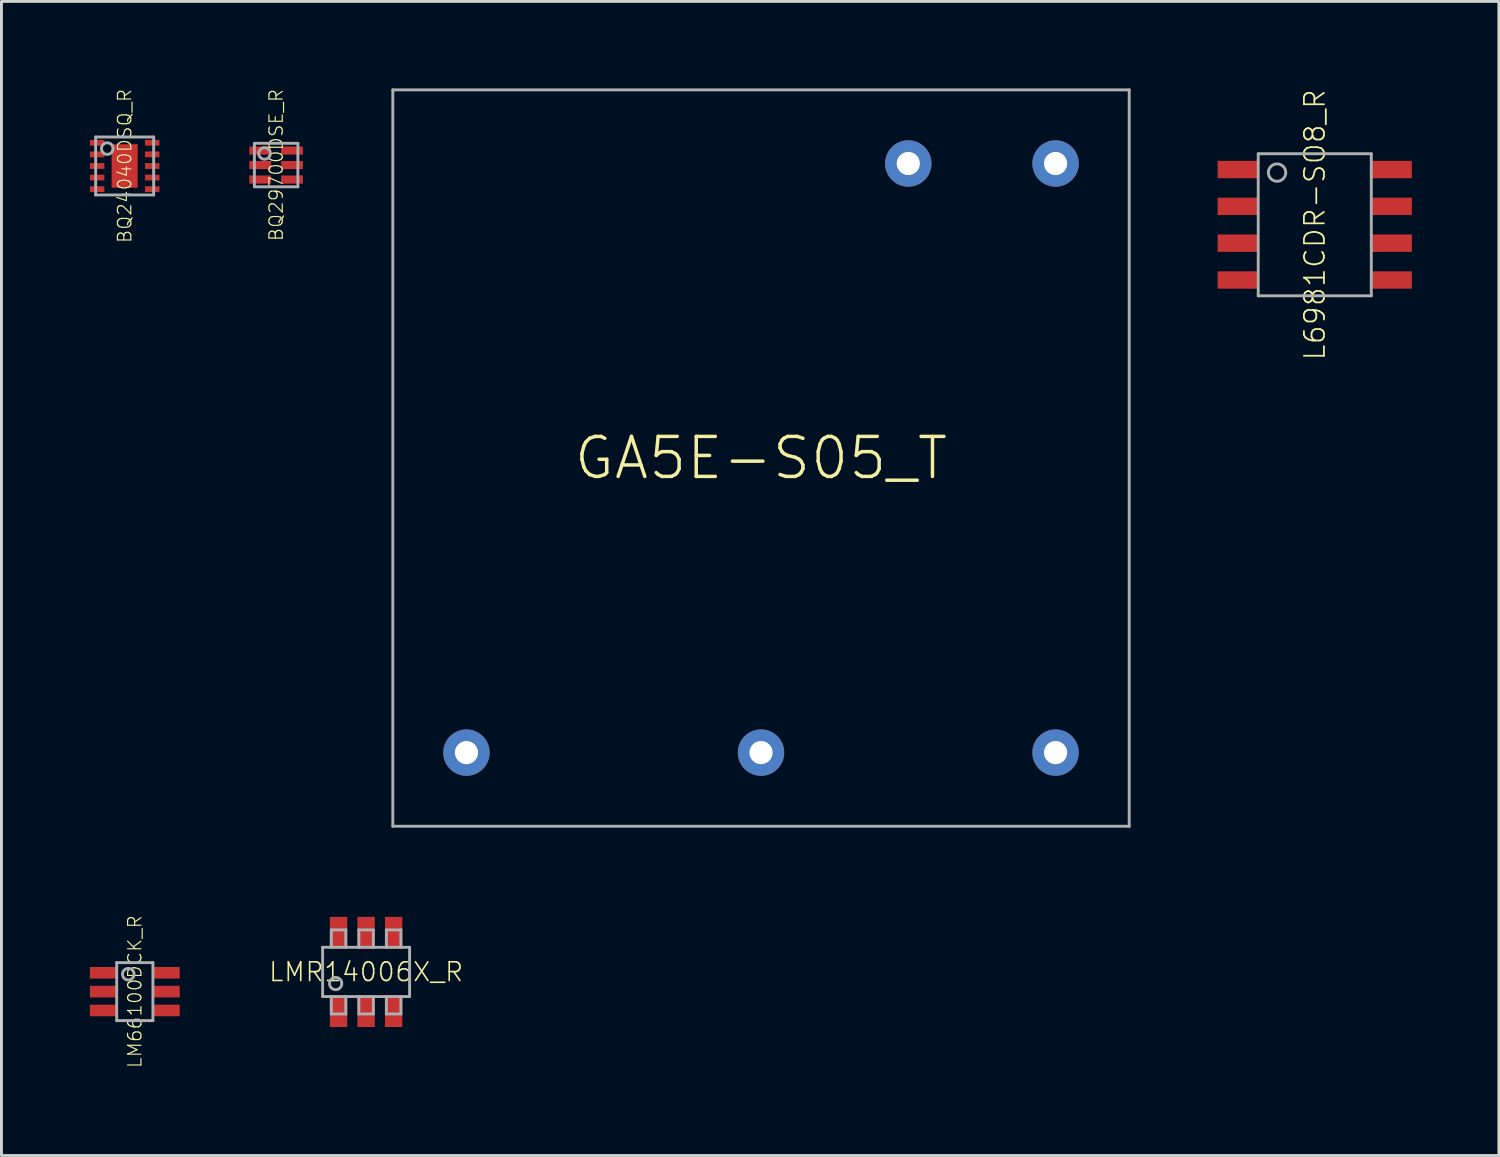
<source format=kicad_pcb>
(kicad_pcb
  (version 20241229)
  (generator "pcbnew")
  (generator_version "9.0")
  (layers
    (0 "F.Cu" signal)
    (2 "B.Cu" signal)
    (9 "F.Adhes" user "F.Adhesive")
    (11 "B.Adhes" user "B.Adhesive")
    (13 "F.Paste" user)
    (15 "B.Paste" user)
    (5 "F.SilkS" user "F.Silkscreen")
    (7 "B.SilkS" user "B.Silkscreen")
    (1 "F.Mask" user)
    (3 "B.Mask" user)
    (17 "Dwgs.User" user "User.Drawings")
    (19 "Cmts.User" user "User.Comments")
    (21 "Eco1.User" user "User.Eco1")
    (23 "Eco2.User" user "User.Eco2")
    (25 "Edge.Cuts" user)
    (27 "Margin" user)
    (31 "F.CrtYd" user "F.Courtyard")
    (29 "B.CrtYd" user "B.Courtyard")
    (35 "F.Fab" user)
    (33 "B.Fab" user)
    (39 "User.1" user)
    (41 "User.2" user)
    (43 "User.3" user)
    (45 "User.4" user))
  (footprint "GA5E-S05_T"
    (layer "F.Cu")
    (at 23.2 12.75)
    (property "Reference" "GA5E-S05_T" (at 0 0 0) (unlocked yes) (layer "F.SilkS") (effects (font (size 1.38 1.38) (thickness 0.12))))
    (fp_line (start -12.7 -12.7) (end -12.7 12.7) (stroke (width 0.1) (type solid)) (layer "F.Fab"))
    (fp_line (start -12.7 12.7) (end 12.7 12.7) (stroke (width 0.1) (type solid)) (layer "F.Fab"))
    (fp_line (start 12.7 -12.7) (end -12.7 -12.7) (stroke (width 0.1) (type solid)) (layer "F.Fab"))
    (fp_line (start 12.7 12.7) (end 12.7 -12.7) (stroke (width 0.1) (type solid)) (layer "F.Fab"))
    (pad "1" thru_hole circle (at 10.16 -10.16) (size 1.6 1.6) (drill 0.8) (layers "*.Cu" "*.Mask"))
    (pad "2" thru_hole circle (at 5.08 -10.16) (size 1.6 1.6) (drill 0.8) (layers "*.Cu" "*.Mask"))
    (pad "3" thru_hole circle (at -10.16 10.16) (size 1.6 1.6) (drill 0.8) (layers "*.Cu" "*.Mask"))
    (pad "4" thru_hole circle (at 0 10.16) (size 1.6 1.6) (drill 0.8) (layers "*.Cu" "*.Mask"))
    (pad "5" thru_hole circle (at 10.16 10.16) (size 1.6 1.6) (drill 0.8) (layers "*.Cu" "*.Mask")))
  (footprint "L6981CDR-SO8_R"
    (layer "F.Cu")
    (at 42.3 4.703)
    (property "Reference" "L6981CDR-SO8_R" (at 0 0 90) (unlocked yes) (layer "F.SilkS") (effects (font (size 0.69 0.69) (thickness 0.06))))
    (fp_line (start -1.95 -2.45) (end -1.95 2.45) (stroke (width 0.1) (type solid)) (layer "F.Fab"))
    (fp_line (start -1.95 2.45) (end 1.95 2.45) (stroke (width 0.1) (type solid)) (layer "F.Fab"))
    (fp_line (start 1.95 -2.45) (end -1.95 -2.45) (stroke (width 0.1) (type solid)) (layer "F.Fab"))
    (fp_line (start 1.95 2.45) (end 1.95 -2.45) (stroke (width 0.1) (type solid)) (layer "F.Fab"))
    (fp_circle (center -1.3 -1.8) (end -1 -1.8) (stroke (width 0.1) (type solid)) (fill no) (layer "F.Fab"))
    (pad "1" smd rect (at -2.65 -1.905) (size 1.4 0.6) (layers "F.Cu" "F.Mask" "F.Paste"))
    (pad "2" smd rect (at -2.65 -0.635) (size 1.4 0.6) (layers "F.Cu" "F.Mask" "F.Paste"))
    (pad "3" smd rect (at -2.65 0.635) (size 1.4 0.6) (layers "F.Cu" "F.Mask" "F.Paste"))
    (pad "4" smd rect (at -2.65 1.905) (size 1.4 0.6) (layers "F.Cu" "F.Mask" "F.Paste"))
    (pad "5" smd rect (at 2.65 1.905 180) (size 1.4 0.6) (layers "F.Cu" "F.Mask" "F.Paste"))
    (pad "6" smd rect (at 2.65 0.635 180) (size 1.4 0.6) (layers "F.Cu" "F.Mask" "F.Paste"))
    (pad "7" smd rect (at 2.65 -0.635 180) (size 1.4 0.6) (layers "F.Cu" "F.Mask" "F.Paste"))
    (pad "8" smd rect (at 2.65 -1.905 180) (size 1.4 0.6) (layers "F.Cu" "F.Mask" "F.Paste")))
  (footprint "LMR14006X_R"
    (layer "F.Cu")
    (at 9.578 30.475)
    (property "Reference" "LMR14006X_R" (at 0 0 0) (unlocked yes) (layer "F.SilkS") (effects (font (size 0.644 0.644) (thickness 0.056))))
    (fp_poly (pts (xy -1.325 -0.725) (xy -0.575 -0.725) (xy -0.575 -1.975) (xy -1.325 -1.975)) (stroke (width 0) (type default)) (fill yes) (layer "F.Mask"))
    (fp_poly (pts (xy -1.325 1.975) (xy -0.575 1.975) (xy -0.575 0.725) (xy -1.325 0.725)) (stroke (width 0) (type default)) (fill yes) (layer "F.Mask"))
    (fp_poly (pts (xy -0.375 -0.725) (xy 0.375 -0.725) (xy 0.375 -1.975) (xy -0.375 -1.975)) (stroke (width 0) (type default)) (fill yes) (layer "F.Mask"))
    (fp_poly (pts (xy -0.375 1.975) (xy 0.375 1.975) (xy 0.375 0.725) (xy -0.375 0.725)) (stroke (width 0) (type default)) (fill yes) (layer "F.Mask"))
    (fp_poly (pts (xy 0.575 -0.725) (xy 1.325 -0.725) (xy 1.325 -1.975) (xy 0.575 -1.975)) (stroke (width 0) (type default)) (fill yes) (layer "F.Mask"))
    (fp_poly (pts (xy 0.575 1.975) (xy 1.325 1.975) (xy 1.325 0.725) (xy 0.575 0.725)) (stroke (width 0) (type default)) (fill yes) (layer "F.Mask"))
    (fp_line (start -1.5 -0.85) (end -1.5 0.85) (stroke (width 0.1) (type solid)) (layer "F.Fab"))
    (fp_line (start -1.5 0.85) (end -1.2 0.85) (stroke (width 0.1) (type solid)) (layer "F.Fab"))
    (fp_line (start -1.2 -1.45) (end -0.7 -1.45) (stroke (width 0.1) (type solid)) (layer "F.Fab"))
    (fp_line (start -1.2 -0.85) (end -1.5 -0.85) (stroke (width 0.1) (type solid)) (layer "F.Fab"))
    (fp_line (start -1.2 -0.85) (end -1.2 -1.45) (stroke (width 0.1) (type solid)) (layer "F.Fab"))
    (fp_line (start -1.2 0.85) (end -1.2 1.45) (stroke (width 0.1) (type solid)) (layer "F.Fab"))
    (fp_line (start -1.2 0.85) (end -0.7 0.85) (stroke (width 0.1) (type solid)) (layer "F.Fab"))
    (fp_line (start -1.2 1.45) (end -0.7 1.45) (stroke (width 0.1) (type solid)) (layer "F.Fab"))
    (fp_line (start -0.7 -1.45) (end -0.7 -0.85) (stroke (width 0.1) (type solid)) (layer "F.Fab"))
    (fp_line (start -0.7 -0.85) (end -1.2 -0.85) (stroke (width 0.1) (type solid)) (layer "F.Fab"))
    (fp_line (start -0.7 0.85) (end -0.25 0.85) (stroke (width 0.1) (type solid)) (layer "F.Fab"))
    (fp_line (start -0.7 1.45) (end -0.7 0.85) (stroke (width 0.1) (type solid)) (layer "F.Fab"))
    (fp_line (start -0.25 -1.45) (end 0.25 -1.45) (stroke (width 0.1) (type solid)) (layer "F.Fab"))
    (fp_line (start -0.25 -0.85) (end -0.7 -0.85) (stroke (width 0.1) (type solid)) (layer "F.Fab"))
    (fp_line (start -0.25 -0.85) (end -0.25 -1.45) (stroke (width 0.1) (type solid)) (layer "F.Fab"))
    (fp_line (start -0.25 0.85) (end -0.25 1.45) (stroke (width 0.1) (type solid)) (layer "F.Fab"))
    (fp_line (start -0.25 0.85) (end 0.25 0.85) (stroke (width 0.1) (type solid)) (layer "F.Fab"))
    (fp_line (start -0.25 1.45) (end 0.25 1.45) (stroke (width 0.1) (type solid)) (layer "F.Fab"))
    (fp_line (start 0.25 -1.45) (end 0.25 -0.85) (stroke (width 0.1) (type solid)) (layer "F.Fab"))
    (fp_line (start 0.25 -0.85) (end -0.25 -0.85) (stroke (width 0.1) (type solid)) (layer "F.Fab"))
    (fp_line (start 0.25 0.85) (end 0.7 0.85) (stroke (width 0.1) (type solid)) (layer "F.Fab"))
    (fp_line (start 0.25 1.45) (end 0.25 0.85) (stroke (width 0.1) (type solid)) (layer "F.Fab"))
    (fp_line (start 0.7 -1.45) (end 1.2 -1.45) (stroke (width 0.1) (type solid)) (layer "F.Fab"))
    (fp_line (start 0.7 -0.85) (end 0.25 -0.85) (stroke (width 0.1) (type solid)) (layer "F.Fab"))
    (fp_line (start 0.7 -0.85) (end 0.7 -1.45) (stroke (width 0.1) (type solid)) (layer "F.Fab"))
    (fp_line (start 0.7 0.85) (end 0.7 1.45) (stroke (width 0.1) (type solid)) (layer "F.Fab"))
    (fp_line (start 0.7 0.85) (end 1.2 0.85) (stroke (width 0.1) (type solid)) (layer "F.Fab"))
    (fp_line (start 0.7 1.45) (end 1.2 1.45) (stroke (width 0.1) (type solid)) (layer "F.Fab"))
    (fp_line (start 1.2 -1.45) (end 1.2 -0.85) (stroke (width 0.1) (type solid)) (layer "F.Fab"))
    (fp_line (start 1.2 -0.85) (end 0.7 -0.85) (stroke (width 0.1) (type solid)) (layer "F.Fab"))
    (fp_line (start 1.2 0.85) (end 1.5 0.85) (stroke (width 0.1) (type solid)) (layer "F.Fab"))
    (fp_line (start 1.2 1.45) (end 1.2 0.85) (stroke (width 0.1) (type solid)) (layer "F.Fab"))
    (fp_line (start 1.5 -0.85) (end 1.2 -0.85) (stroke (width 0.1) (type solid)) (layer "F.Fab"))
    (fp_line (start 1.5 0.85) (end 1.5 -0.85) (stroke (width 0.1) (type solid)) (layer "F.Fab"))
    (fp_circle (center -1.05 0.4) (end -0.838 0.4) (stroke (width 0.1) (type solid)) (fill no) (layer "F.Fab"))
    (pad "1" smd rect (at -0.95 1.35 90) (size 1.1 0.6) (layers "F.Cu" "F.Paste"))
    (pad "2" smd rect (at 0 1.35 90) (size 1.1 0.6) (layers "F.Cu" "F.Paste"))
    (pad "3" smd rect (at 0.95 1.35 90) (size 1.1 0.6) (layers "F.Cu" "F.Paste"))
    (pad "4" smd rect (at 0.95 -1.35 90) (size 1.1 0.6) (layers "F.Cu" "F.Paste"))
    (pad "5" smd rect (at 0 -1.35 90) (size 1.1 0.6) (layers "F.Cu" "F.Paste"))
    (pad "6" smd rect (at -0.95 -1.35 90) (size 1.1 0.6) (layers "F.Cu" "F.Paste")))
  (footprint "BQ29700DSE_R"
    (layer "F.Cu")
    (at 6.475 2.643)
    (property "Reference" "BQ29700DSE_R" (at 0 0 90) (unlocked yes) (layer "F.SilkS") (effects (font (size 0.46 0.46) (thickness 0.04))))
    (fp_poly (pts (xy -0.975 -0.69) (xy -0.975 -0.31) (xy -0.125 -0.31) (xy -0.125 -0.69)) (stroke (width 0) (type default)) (fill yes) (layer "F.Mask"))
    (fp_poly (pts (xy -0.975 -0.19) (xy -0.975 0.19) (xy -0.125 0.19) (xy -0.125 -0.19)) (stroke (width 0) (type default)) (fill yes) (layer "F.Mask"))
    (fp_poly (pts (xy -0.975 0.31) (xy -0.975 0.69) (xy -0.125 0.69) (xy -0.125 0.31)) (stroke (width 0) (type default)) (fill yes) (layer "F.Mask"))
    (fp_poly (pts (xy 0.975 -0.31) (xy 0.975 -0.69) (xy 0.125 -0.69) (xy 0.125 -0.31)) (stroke (width 0) (type default)) (fill yes) (layer "F.Mask"))
    (fp_poly (pts (xy 0.975 0.19) (xy 0.975 -0.19) (xy 0.125 -0.19) (xy 0.125 0.19)) (stroke (width 0) (type default)) (fill yes) (layer "F.Mask"))
    (fp_poly (pts (xy 0.975 0.69) (xy 0.975 0.31) (xy 0.125 0.31) (xy 0.125 0.69)) (stroke (width 0) (type default)) (fill yes) (layer "F.Mask"))
    (fp_line (start -0.75 -0.75) (end -0.75 0.75) (stroke (width 0.1) (type solid)) (layer "F.Fab"))
    (fp_line (start -0.75 0.75) (end 0.75 0.75) (stroke (width 0.1) (type solid)) (layer "F.Fab"))
    (fp_line (start 0.75 -0.75) (end -0.75 -0.75) (stroke (width 0.1) (type solid)) (layer "F.Fab"))
    (fp_line (start 0.75 0.75) (end 0.75 -0.75) (stroke (width 0.1) (type solid)) (layer "F.Fab"))
    (fp_circle (center -0.4 -0.4) (end -0.2 -0.4) (stroke (width 0.1) (type solid)) (fill no) (layer "F.Fab"))
    (pad "1" smd rect (at -0.55 -0.5 270) (size 0.28 0.75) (layers "F.Cu" "F.Paste"))
    (pad "2" smd rect (at -0.55 0 270) (size 0.28 0.75) (layers "F.Cu" "F.Paste"))
    (pad "3" smd rect (at -0.55 0.5 270) (size 0.28 0.75) (layers "F.Cu" "F.Paste"))
    (pad "4" smd rect (at 0.55 0.5 270) (size 0.28 0.75) (layers "F.Cu" "F.Paste"))
    (pad "5" smd rect (at 0.55 0 270) (size 0.28 0.75) (layers "F.Cu" "F.Paste"))
    (pad "6" smd rect (at 0.55 -0.5 270) (size 0.28 0.75) (layers "F.Cu" "F.Paste")))
  (footprint "LM66100DCK_R"
    (layer "F.Cu")
    (at 1.6 31.154)
    (property "Reference" "LM66100DCK_R" (at 0 0 90) (unlocked yes) (layer "F.SilkS") (effects (font (size 0.46 0.46) (thickness 0.04))))
    (fp_poly (pts (xy -1.6 -0.9) (xy -1.6 -0.4) (xy -0.6 -0.4) (xy -0.6 -0.9)) (stroke (width 0) (type default)) (fill yes) (layer "F.Mask"))
    (fp_poly (pts (xy -1.6 -0.25) (xy -1.6 0.25) (xy -0.6 0.25) (xy -0.6 -0.25)) (stroke (width 0) (type default)) (fill yes) (layer "F.Mask"))
    (fp_poly (pts (xy -1.6 0.4) (xy -1.6 0.9) (xy -0.6 0.9) (xy -0.6 0.4)) (stroke (width 0) (type default)) (fill yes) (layer "F.Mask"))
    (fp_poly (pts (xy 0.6 -0.9) (xy 0.6 -0.4) (xy 1.6 -0.4) (xy 1.6 -0.9)) (stroke (width 0) (type default)) (fill yes) (layer "F.Mask"))
    (fp_poly (pts (xy 0.6 -0.25) (xy 0.6 0.25) (xy 1.6 0.25) (xy 1.6 -0.25)) (stroke (width 0) (type default)) (fill yes) (layer "F.Mask"))
    (fp_poly (pts (xy 0.6 0.4) (xy 0.6 0.9) (xy 1.6 0.9) (xy 1.6 0.4)) (stroke (width 0) (type default)) (fill yes) (layer "F.Mask"))
    (fp_poly (pts (xy -1.525 -0.825) (xy -1.525 -0.475) (xy -0.675 -0.475) (xy -0.675 -0.825)) (stroke (width 0) (type default)) (fill yes) (layer "F.Paste"))
    (fp_poly (pts (xy -1.525 -0.175) (xy -1.525 0.175) (xy -0.675 0.175) (xy -0.675 -0.175)) (stroke (width 0) (type default)) (fill yes) (layer "F.Paste"))
    (fp_poly (pts (xy -1.525 0.475) (xy -1.525 0.825) (xy -0.675 0.825) (xy -0.675 0.475)) (stroke (width 0) (type default)) (fill yes) (layer "F.Paste"))
    (fp_poly (pts (xy 0.675 -0.825) (xy 0.675 -0.475) (xy 1.525 -0.475) (xy 1.525 -0.825)) (stroke (width 0) (type default)) (fill yes) (layer "F.Paste"))
    (fp_poly (pts (xy 0.675 -0.175) (xy 0.675 0.175) (xy 1.525 0.175) (xy 1.525 -0.175)) (stroke (width 0) (type default)) (fill yes) (layer "F.Paste"))
    (fp_poly (pts (xy 0.675 0.475) (xy 0.675 0.825) (xy 1.525 0.825) (xy 1.525 0.475)) (stroke (width 0) (type default)) (fill yes) (layer "F.Paste"))
    (fp_line (start -0.625 -1) (end -0.625 1) (stroke (width 0.1) (type solid)) (layer "F.Fab"))
    (fp_line (start -0.625 1) (end 0.625 1) (stroke (width 0.1) (type solid)) (layer "F.Fab"))
    (fp_line (start 0.625 -1) (end -0.625 -1) (stroke (width 0.1) (type solid)) (layer "F.Fab"))
    (fp_line (start 0.625 1) (end 0.625 -1) (stroke (width 0.1) (type solid)) (layer "F.Fab"))
    (fp_circle (center -0.225 -0.6) (end -0.025 -0.6) (stroke (width 0.1) (type solid)) (fill no) (layer "F.Fab"))
    (pad "1" smd rect (at -1.1 -0.65 270) (size 0.4 0.9) (layers "F.Cu"))
    (pad "2" smd rect (at -1.1 0 270) (size 0.4 0.9) (layers "F.Cu"))
    (pad "3" smd rect (at -1.1 0.65 270) (size 0.4 0.9) (layers "F.Cu"))
    (pad "4" smd rect (at 1.1 0.65 270) (size 0.4 0.9) (layers "F.Cu"))
    (pad "5" smd rect (at 1.1 0 270) (size 0.4 0.9) (layers "F.Cu"))
    (pad "6" smd rect (at 1.1 -0.65 270) (size 0.4 0.9) (layers "F.Cu")))
  (footprint "BQ24040DSQ_R"
    (layer "F.Cu")
    (at 1.25 2.675)
    (property "Reference" "BQ24040DSQ_R" (at 0 0 90) (unlocked yes) (layer "F.SilkS") (effects (font (size 0.46 0.46) (thickness 0.04))))
    (fp_poly (pts (xy -1.25 -0.65) (xy -0.65 -0.65) (xy -0.65 -0.95) (xy -1.25 -0.95)) (stroke (width 0) (type default)) (fill yes) (layer "F.Mask"))
    (fp_poly (pts (xy -1.25 -0.25) (xy -0.65 -0.25) (xy -0.65 -0.55) (xy -1.25 -0.55)) (stroke (width 0) (type default)) (fill yes) (layer "F.Mask"))
    (fp_poly (pts (xy -1.25 0.15) (xy -0.65 0.15) (xy -0.65 -0.15) (xy -1.25 -0.15)) (stroke (width 0) (type default)) (fill yes) (layer "F.Mask"))
    (fp_poly (pts (xy -1.25 0.55) (xy -0.65 0.55) (xy -0.65 0.25) (xy -1.25 0.25)) (stroke (width 0) (type default)) (fill yes) (layer "F.Mask"))
    (fp_poly (pts (xy -1.25 0.95) (xy -0.65 0.95) (xy -0.65 0.65) (xy -1.25 0.65)) (stroke (width 0) (type default)) (fill yes) (layer "F.Mask"))
    (fp_poly (pts (xy -0.5 0.8) (xy 0.5 0.8) (xy 0.5 -0.8) (xy -0.5 -0.8)) (stroke (width 0) (type default)) (fill yes) (layer "F.Mask"))
    (fp_poly (pts (xy 0.65 0.15) (xy 1.25 0.15) (xy 1.25 -0.15) (xy 0.65 -0.15)) (stroke (width 0) (type default)) (fill yes) (layer "F.Mask"))
    (fp_poly (pts (xy 1.25 -0.95) (xy 0.65 -0.95) (xy 0.65 -0.65) (xy 1.25 -0.65)) (stroke (width 0) (type default)) (fill yes) (layer "F.Mask"))
    (fp_poly (pts (xy 1.25 -0.55) (xy 0.65 -0.55) (xy 0.65 -0.25) (xy 1.25 -0.25)) (stroke (width 0) (type default)) (fill yes) (layer "F.Mask"))
    (fp_poly (pts (xy 1.25 0.25) (xy 0.65 0.25) (xy 0.65 0.55) (xy 1.25 0.55)) (stroke (width 0) (type default)) (fill yes) (layer "F.Mask"))
    (fp_poly (pts (xy 1.25 0.65) (xy 0.65 0.65) (xy 0.65 0.95) (xy 1.25 0.95)) (stroke (width 0) (type default)) (fill yes) (layer "F.Mask"))
    (fp_poly (pts (xy -0.4 0.7) (xy 0.4 0.7) (xy 0.4 -0.7) (xy -0.4 -0.7)) (stroke (width 0) (type default)) (fill yes) (layer "F.Paste"))
    (fp_line (start -1 -1) (end -1 1) (stroke (width 0.1) (type solid)) (layer "F.Fab"))
    (fp_line (start -1 1) (end 1 1) (stroke (width 0.1) (type solid)) (layer "F.Fab"))
    (fp_line (start 1 -1) (end -1 -1) (stroke (width 0.1) (type solid)) (layer "F.Fab"))
    (fp_line (start 1 1) (end 1 -1) (stroke (width 0.1) (type solid)) (layer "F.Fab"))
    (fp_circle (center -0.6 -0.6) (end -0.4 -0.6) (stroke (width 0.1) (type solid)) (fill no) (layer "F.Fab"))
    (pad "0" smd rect (at 0 0) (size 0.9 1.5) (layers "F.Cu" "F.Paste"))
    (pad "1" smd rect (at -0.95 -0.8 90) (size 0.2 0.5) (layers "F.Cu" "F.Paste"))
    (pad "2" smd rect (at -0.95 -0.4 90) (size 0.2 0.5) (layers "F.Cu" "F.Paste"))
    (pad "3" smd rect (at -0.95 0 90) (size 0.2 0.5) (layers "F.Cu" "F.Paste"))
    (pad "4" smd rect (at -0.95 0.4 90) (size 0.2 0.5) (layers "F.Cu" "F.Paste"))
    (pad "5" smd rect (at -0.95 0.8 90) (size 0.2 0.5) (layers "F.Cu" "F.Paste"))
    (pad "6" smd rect (at 0.95 0.8 270) (size 0.2 0.5) (layers "F.Cu" "F.Paste"))
    (pad "7" smd rect (at 0.95 0.4 270) (size 0.2 0.5) (layers "F.Cu" "F.Paste"))
    (pad "8" smd rect (at 0.95 0 90) (size 0.2 0.5) (layers "F.Cu" "F.Paste"))
    (pad "9" smd rect (at 0.95 -0.4 270) (size 0.2 0.5) (layers "F.Cu" "F.Paste"))
    (pad "10" smd rect (at 0.95 -0.8 270) (size 0.2 0.5) (layers "F.Cu" "F.Paste")))
  (gr_rect
    (start -3 -3)
    (end 48.65 36.807)
    (stroke (width 0.1) (type default))
    (fill no)
    (layer "Edge.Cuts")))
</source>
